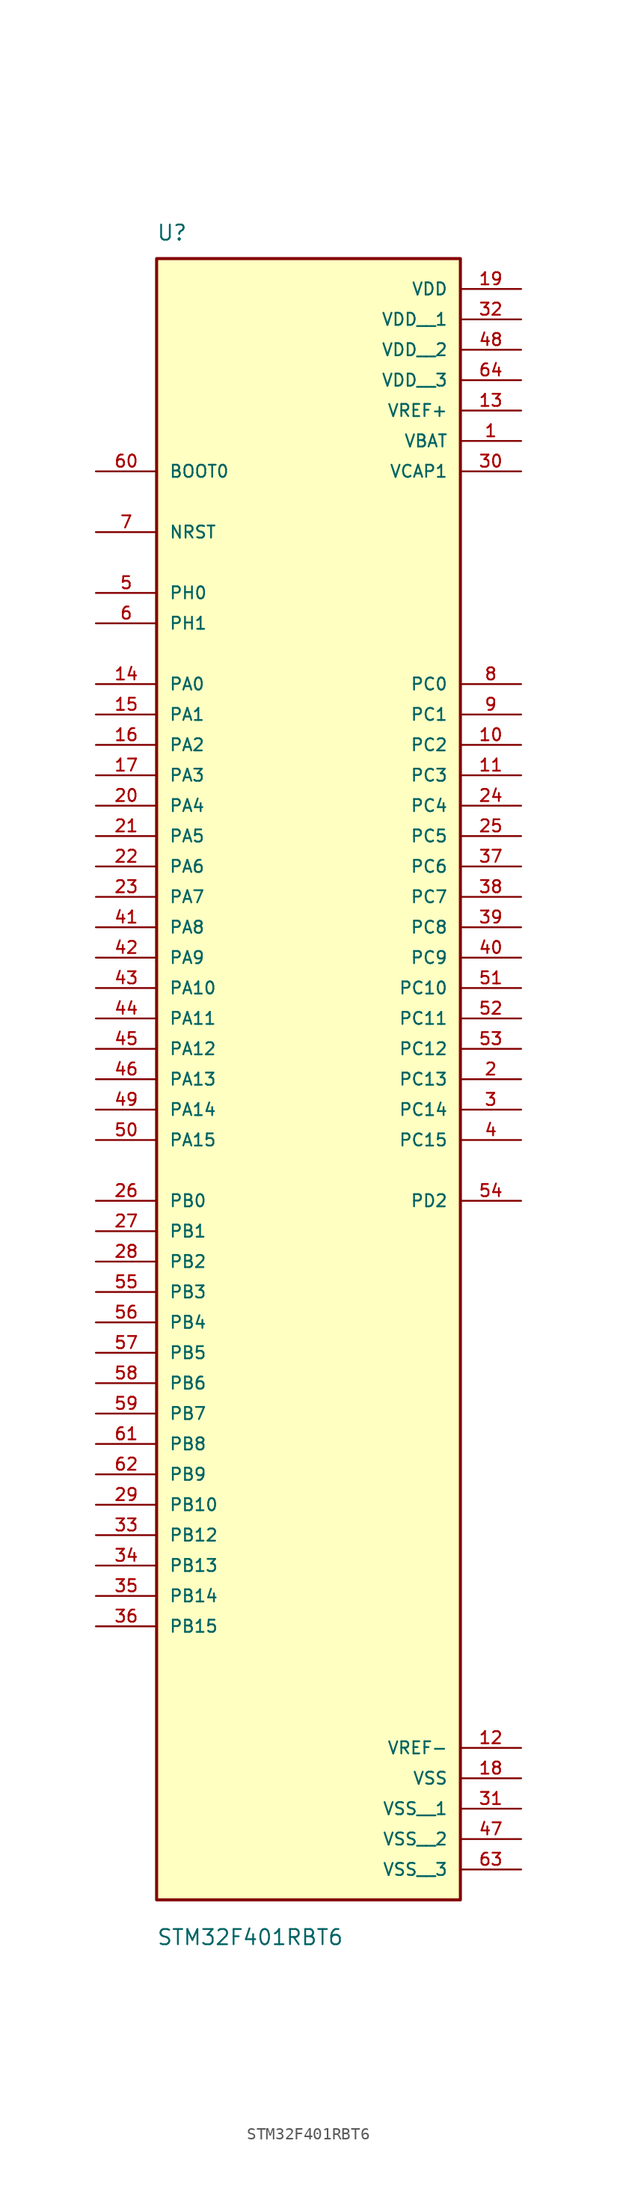
<source format=kicad_sym>
(kicad_symbol_lib
  (version 20211014)
  (generator kicad_symbol_editor)
  (symbol "STM32F401RBT6"
    (pin_names
      (offset 1.016))
    (property "Reference" "U"
      (at -12.725 72.534 0)
      (effects (font (size 1.27 1.27)) (justify bottom left)))
    (property "Value" "STM32F401RBT6"
      (at -12.714 -69.91 0)
      (effects (font (size 1.27 1.27)) (justify bottom left)))
    (symbol "STM32F401RBT6_0_0"
      (rectangle (start -12.7 -66.04) (end 12.7 71.12) (stroke (width 0.254)) (fill (type background)))
      (pin power_in line (at 17.78 55.88 180.0) (length 5.08) (name "VBAT" (effects (font (size 1.016 1.016)))) (number "1" (effects (font (size 1.016 1.016)))))
      (pin bidirectional line (at 17.78 2.54 180.0) (length 5.08) (name "PC13" (effects (font (size 1.016 1.016)))) (number "2" (effects (font (size 1.016 1.016)))))
      (pin bidirectional line (at 17.78 0.0 180.0) (length 5.08) (name "PC14" (effects (font (size 1.016 1.016)))) (number "3" (effects (font (size 1.016 1.016)))))
      (pin bidirectional line (at 17.78 -2.54 180.0) (length 5.08) (name "PC15" (effects (font (size 1.016 1.016)))) (number "4" (effects (font (size 1.016 1.016)))))
      (pin power_in line (at 17.78 -53.34 180.0) (length 5.08) (name "VREF-" (effects (font (size 1.016 1.016)))) (number "12" (effects (font (size 1.016 1.016)))))
      (pin bidirectional line (at -17.78 43.18 0) (length 5.08) (name "PH0" (effects (font (size 1.016 1.016)))) (number "5" (effects (font (size 1.016 1.016)))))
      (pin bidirectional line (at -17.78 40.64 0) (length 5.08) (name "PH1" (effects (font (size 1.016 1.016)))) (number "6" (effects (font (size 1.016 1.016)))))
      (pin bidirectional line (at -17.78 48.26 0) (length 5.08) (name "NRST" (effects (font (size 1.016 1.016)))) (number "7" (effects (font (size 1.016 1.016)))))
      (pin bidirectional line (at 17.78 35.56 180.0) (length 5.08) (name "PC0" (effects (font (size 1.016 1.016)))) (number "8" (effects (font (size 1.016 1.016)))))
      (pin bidirectional line (at 17.78 33.02 180.0) (length 5.08) (name "PC1" (effects (font (size 1.016 1.016)))) (number "9" (effects (font (size 1.016 1.016)))))
      (pin bidirectional line (at 17.78 30.48 180.0) (length 5.08) (name "PC2" (effects (font (size 1.016 1.016)))) (number "10" (effects (font (size 1.016 1.016)))))
      (pin bidirectional line (at 17.78 27.94 180.0) (length 5.08) (name "PC3" (effects (font (size 1.016 1.016)))) (number "11" (effects (font (size 1.016 1.016)))))
      (pin power_in line (at 17.78 58.42 180.0) (length 5.08) (name "VREF+" (effects (font (size 1.016 1.016)))) (number "13" (effects (font (size 1.016 1.016)))))
      (pin bidirectional line (at -17.78 35.56 0) (length 5.08) (name "PA0" (effects (font (size 1.016 1.016)))) (number "14" (effects (font (size 1.016 1.016)))))
      (pin bidirectional line (at -17.78 33.02 0) (length 5.08) (name "PA1" (effects (font (size 1.016 1.016)))) (number "15" (effects (font (size 1.016 1.016)))))
      (pin bidirectional line (at -17.78 30.48 0) (length 5.08) (name "PA2" (effects (font (size 1.016 1.016)))) (number "16" (effects (font (size 1.016 1.016)))))
      (pin bidirectional line (at -17.78 27.94 0) (length 5.08) (name "PA3" (effects (font (size 1.016 1.016)))) (number "17" (effects (font (size 1.016 1.016)))))
      (pin power_in line (at 17.78 -55.88 180.0) (length 5.08) (name "VSS" (effects (font (size 1.016 1.016)))) (number "18" (effects (font (size 1.016 1.016)))))
      (pin power_in line (at 17.78 68.58 180.0) (length 5.08) (name "VDD" (effects (font (size 1.016 1.016)))) (number "19" (effects (font (size 1.016 1.016)))))
      (pin bidirectional line (at -17.78 25.4 0) (length 5.08) (name "PA4" (effects (font (size 1.016 1.016)))) (number "20" (effects (font (size 1.016 1.016)))))
      (pin bidirectional line (at -17.78 22.86 0) (length 5.08) (name "PA5" (effects (font (size 1.016 1.016)))) (number "21" (effects (font (size 1.016 1.016)))))
      (pin bidirectional line (at -17.78 20.32 0) (length 5.08) (name "PA6" (effects (font (size 1.016 1.016)))) (number "22" (effects (font (size 1.016 1.016)))))
      (pin bidirectional line (at -17.78 17.78 0) (length 5.08) (name "PA7" (effects (font (size 1.016 1.016)))) (number "23" (effects (font (size 1.016 1.016)))))
      (pin bidirectional line (at 17.78 25.4 180.0) (length 5.08) (name "PC4" (effects (font (size 1.016 1.016)))) (number "24" (effects (font (size 1.016 1.016)))))
      (pin bidirectional line (at 17.78 22.86 180.0) (length 5.08) (name "PC5" (effects (font (size 1.016 1.016)))) (number "25" (effects (font (size 1.016 1.016)))))
      (pin bidirectional line (at -17.78 -7.62 0) (length 5.08) (name "PB0" (effects (font (size 1.016 1.016)))) (number "26" (effects (font (size 1.016 1.016)))))
      (pin bidirectional line (at -17.78 -10.16 0) (length 5.08) (name "PB1" (effects (font (size 1.016 1.016)))) (number "27" (effects (font (size 1.016 1.016)))))
      (pin bidirectional line (at -17.78 -12.7 0) (length 5.08) (name "PB2" (effects (font (size 1.016 1.016)))) (number "28" (effects (font (size 1.016 1.016)))))
      (pin bidirectional line (at -17.78 -33.02 0) (length 5.08) (name "PB10" (effects (font (size 1.016 1.016)))) (number "29" (effects (font (size 1.016 1.016)))))
      (pin power_in line (at 17.78 53.34 180.0) (length 5.08) (name "VCAP1" (effects (font (size 1.016 1.016)))) (number "30" (effects (font (size 1.016 1.016)))))
      (pin bidirectional line (at -17.78 -35.56 0) (length 5.08) (name "PB12" (effects (font (size 1.016 1.016)))) (number "33" (effects (font (size 1.016 1.016)))))
      (pin bidirectional line (at -17.78 -38.1 0) (length 5.08) (name "PB13" (effects (font (size 1.016 1.016)))) (number "34" (effects (font (size 1.016 1.016)))))
      (pin bidirectional line (at -17.78 -40.64 0) (length 5.08) (name "PB14" (effects (font (size 1.016 1.016)))) (number "35" (effects (font (size 1.016 1.016)))))
      (pin bidirectional line (at -17.78 -43.18 0) (length 5.08) (name "PB15" (effects (font (size 1.016 1.016)))) (number "36" (effects (font (size 1.016 1.016)))))
      (pin bidirectional line (at 17.78 20.32 180.0) (length 5.08) (name "PC6" (effects (font (size 1.016 1.016)))) (number "37" (effects (font (size 1.016 1.016)))))
      (pin bidirectional line (at 17.78 17.78 180.0) (length 5.08) (name "PC7" (effects (font (size 1.016 1.016)))) (number "38" (effects (font (size 1.016 1.016)))))
      (pin bidirectional line (at 17.78 15.24 180.0) (length 5.08) (name "PC8" (effects (font (size 1.016 1.016)))) (number "39" (effects (font (size 1.016 1.016)))))
      (pin bidirectional line (at 17.78 12.7 180.0) (length 5.08) (name "PC9" (effects (font (size 1.016 1.016)))) (number "40" (effects (font (size 1.016 1.016)))))
      (pin bidirectional line (at -17.78 15.24 0) (length 5.08) (name "PA8" (effects (font (size 1.016 1.016)))) (number "41" (effects (font (size 1.016 1.016)))))
      (pin bidirectional line (at -17.78 12.7 0) (length 5.08) (name "PA9" (effects (font (size 1.016 1.016)))) (number "42" (effects (font (size 1.016 1.016)))))
      (pin bidirectional line (at -17.78 10.16 0) (length 5.08) (name "PA10" (effects (font (size 1.016 1.016)))) (number "43" (effects (font (size 1.016 1.016)))))
      (pin bidirectional line (at -17.78 7.62 0) (length 5.08) (name "PA11" (effects (font (size 1.016 1.016)))) (number "44" (effects (font (size 1.016 1.016)))))
      (pin bidirectional line (at -17.78 5.08 0) (length 5.08) (name "PA12" (effects (font (size 1.016 1.016)))) (number "45" (effects (font (size 1.016 1.016)))))
      (pin bidirectional line (at -17.78 2.54 0) (length 5.08) (name "PA13" (effects (font (size 1.016 1.016)))) (number "46" (effects (font (size 1.016 1.016)))))
      (pin bidirectional line (at -17.78 0.0 0) (length 5.08) (name "PA14" (effects (font (size 1.016 1.016)))) (number "49" (effects (font (size 1.016 1.016)))))
      (pin bidirectional line (at -17.78 -2.54 0) (length 5.08) (name "PA15" (effects (font (size 1.016 1.016)))) (number "50" (effects (font (size 1.016 1.016)))))
      (pin bidirectional line (at 17.78 10.16 180.0) (length 5.08) (name "PC10" (effects (font (size 1.016 1.016)))) (number "51" (effects (font (size 1.016 1.016)))))
      (pin bidirectional line (at 17.78 7.62 180.0) (length 5.08) (name "PC11" (effects (font (size 1.016 1.016)))) (number "52" (effects (font (size 1.016 1.016)))))
      (pin bidirectional line (at 17.78 5.08 180.0) (length 5.08) (name "PC12" (effects (font (size 1.016 1.016)))) (number "53" (effects (font (size 1.016 1.016)))))
      (pin bidirectional line (at 17.78 -7.62 180.0) (length 5.08) (name "PD2" (effects (font (size 1.016 1.016)))) (number "54" (effects (font (size 1.016 1.016)))))
      (pin bidirectional line (at -17.78 -15.24 0) (length 5.08) (name "PB3" (effects (font (size 1.016 1.016)))) (number "55" (effects (font (size 1.016 1.016)))))
      (pin bidirectional line (at -17.78 -17.78 0) (length 5.08) (name "PB4" (effects (font (size 1.016 1.016)))) (number "56" (effects (font (size 1.016 1.016)))))
      (pin bidirectional line (at -17.78 -20.32 0) (length 5.08) (name "PB5" (effects (font (size 1.016 1.016)))) (number "57" (effects (font (size 1.016 1.016)))))
      (pin bidirectional line (at -17.78 -22.86 0) (length 5.08) (name "PB6" (effects (font (size 1.016 1.016)))) (number "58" (effects (font (size 1.016 1.016)))))
      (pin bidirectional line (at -17.78 -25.4 0) (length 5.08) (name "PB7" (effects (font (size 1.016 1.016)))) (number "59" (effects (font (size 1.016 1.016)))))
      (pin input line (at -17.78 53.34 0) (length 5.08) (name "BOOT0" (effects (font (size 1.016 1.016)))) (number "60" (effects (font (size 1.016 1.016)))))
      (pin bidirectional line (at -17.78 -27.94 0) (length 5.08) (name "PB8" (effects (font (size 1.016 1.016)))) (number "61" (effects (font (size 1.016 1.016)))))
      (pin bidirectional line (at -17.78 -30.48 0) (length 5.08) (name "PB9" (effects (font (size 1.016 1.016)))) (number "62" (effects (font (size 1.016 1.016)))))
      (pin power_in line (at 17.78 66.04 180.0) (length 5.08) (name "VDD__1" (effects (font (size 1.016 1.016)))) (number "32" (effects (font (size 1.016 1.016)))))
      (pin power_in line (at 17.78 63.5 180.0) (length 5.08) (name "VDD__2" (effects (font (size 1.016 1.016)))) (number "48" (effects (font (size 1.016 1.016)))))
      (pin power_in line (at 17.78 60.96 180.0) (length 5.08) (name "VDD__3" (effects (font (size 1.016 1.016)))) (number "64" (effects (font (size 1.016 1.016)))))
      (pin power_in line (at 17.78 -58.42 180.0) (length 5.08) (name "VSS__1" (effects (font (size 1.016 1.016)))) (number "31" (effects (font (size 1.016 1.016)))))
      (pin power_in line (at 17.78 -60.96 180.0) (length 5.08) (name "VSS__2" (effects (font (size 1.016 1.016)))) (number "47" (effects (font (size 1.016 1.016)))))
      (pin power_in line (at 17.78 -63.5 180.0) (length 5.08) (name "VSS__3" (effects (font (size 1.016 1.016)))) (number "63" (effects (font (size 1.016 1.016))))))))
</source>
